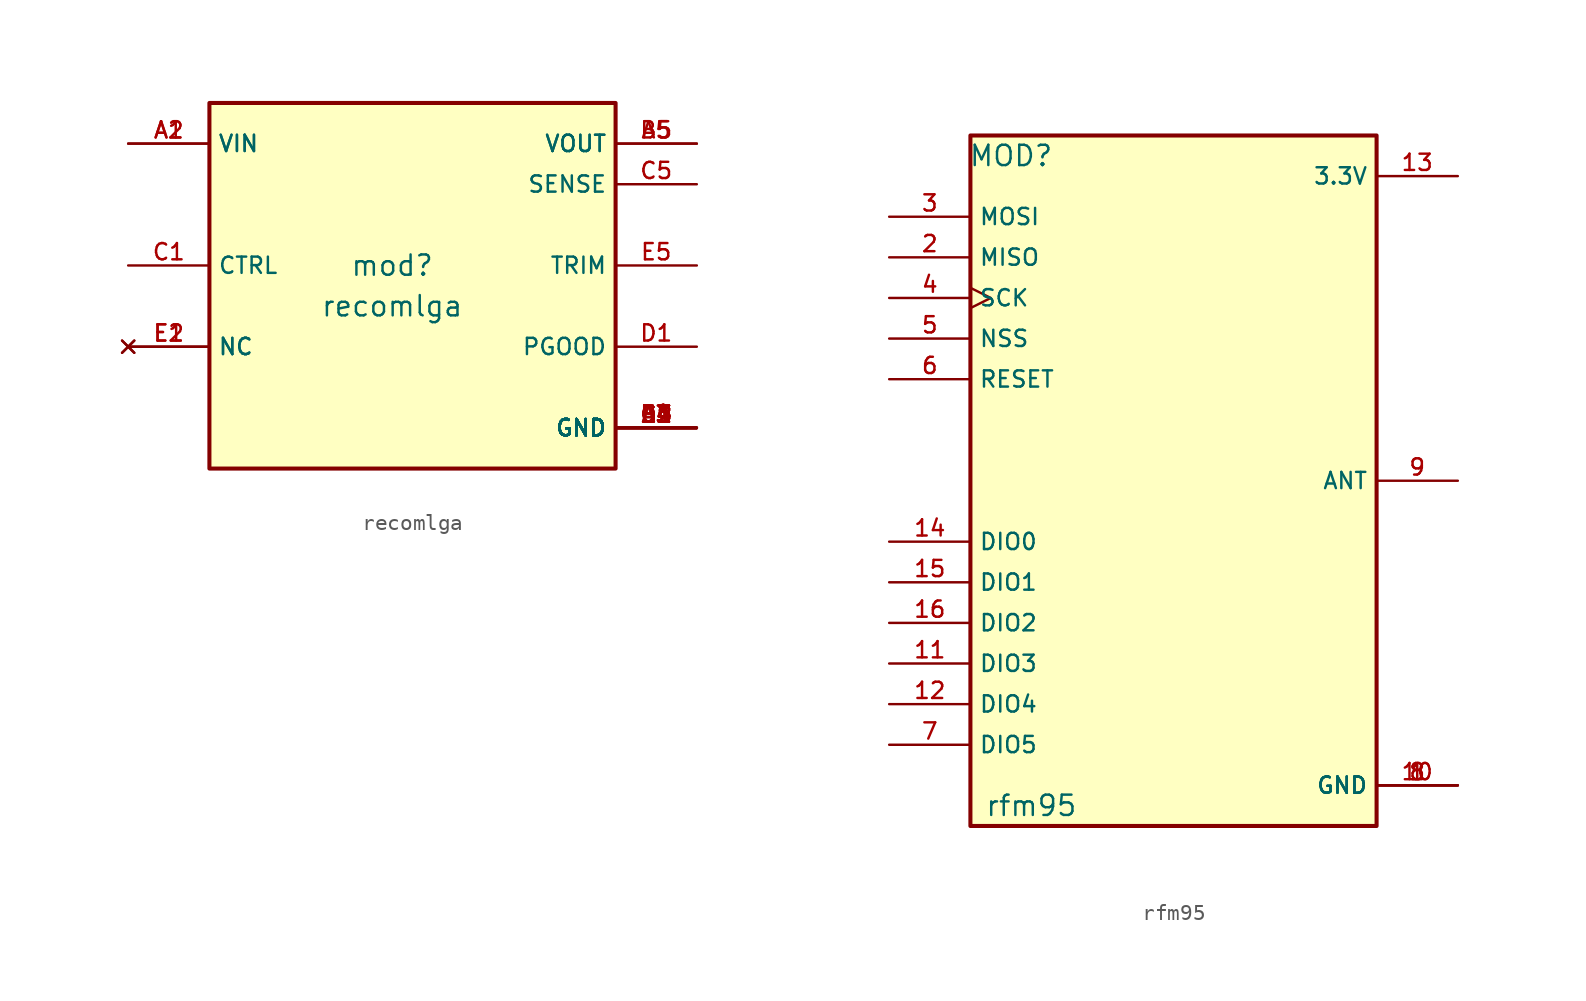
<source format=kicad_sym>
(kicad_symbol_lib
  (version 20201005)
  (generator kicad_symbol_editor)
  (symbol "modulles:recomlga"
    (property "Reference" "mod"
      (at 0 0 0)
      (effects (font (size 1.27 1.27))))
    (property "Value" "recomlga"
      (at 0 -2.54 0)
      (effects (font (size 1.27 1.27))))
    (symbol "recomlga_0_0"
      (rectangle (start -11.43 -12.7) (end 13.97 10.16) (stroke (width 0.254)) (fill (type background)))
      (pin input line (at -16.51 7.62 0) (length 5.08) (name "VIN" (effects (font (size 1.016 1.016)))) (number "A1" (effects (font (size 1.016 1.016)))))
      (pin input line (at -16.51 7.62 0) (length 5.08) (name "VIN" (effects (font (size 1.016 1.016)))) (number "A2" (effects (font (size 1.016 1.016)))))
      (pin power_in line (at 19.05 -10.16 180) (length 5.08) (name "GND" (effects (font (size 1.016 1.016)))) (number "A3" (effects (font (size 1.016 1.016)))))
      (pin power_in line (at 19.05 -10.16 180) (length 5.08) (name "GND" (effects (font (size 1.016 1.016)))) (number "A4" (effects (font (size 1.016 1.016)))))
      (pin output line (at 19.05 7.62 180) (length 5.08) (name "VOUT" (effects (font (size 1.016 1.016)))) (number "A5" (effects (font (size 1.016 1.016)))))
      (pin power_in line (at 19.05 -10.16 180) (length 5.08) (name "GND" (effects (font (size 1.016 1.016)))) (number "B1" (effects (font (size 1.016 1.016)))))
      (pin power_in line (at 19.05 -10.16 180) (length 5.08) (name "GND" (effects (font (size 1.016 1.016)))) (number "B2" (effects (font (size 1.016 1.016)))))
      (pin power_in line (at 19.05 -10.16 180) (length 5.08) (name "GND" (effects (font (size 1.016 1.016)))) (number "B3" (effects (font (size 1.016 1.016)))))
      (pin power_in line (at 19.05 -10.16 180) (length 5.08) (name "GND" (effects (font (size 1.016 1.016)))) (number "B4" (effects (font (size 1.016 1.016)))))
      (pin output line (at 19.05 7.62 180) (length 5.08) (name "VOUT" (effects (font (size 1.016 1.016)))) (number "B5" (effects (font (size 1.016 1.016)))))
      (pin input line (at -16.51 0 0) (length 5.08) (name "CTRL" (effects (font (size 1.016 1.016)))) (number "C1" (effects (font (size 1.016 1.016)))))
      (pin power_in line (at 19.05 -10.16 180) (length 5.08) (name "GND" (effects (font (size 1.016 1.016)))) (number "C2" (effects (font (size 1.016 1.016)))))
      (pin power_in line (at 19.05 -10.16 180) (length 5.08) (name "GND" (effects (font (size 1.016 1.016)))) (number "C3" (effects (font (size 1.016 1.016)))))
      (pin power_in line (at 19.05 -10.16 180) (length 5.08) (name "GND" (effects (font (size 1.016 1.016)))) (number "C4" (effects (font (size 1.016 1.016)))))
      (pin input line (at 19.05 5.08 180) (length 5.08) (name "SENSE" (effects (font (size 1.016 1.016)))) (number "C5" (effects (font (size 1.016 1.016)))))
      (pin output line (at 19.05 -5.08 180) (length 5.08) (name "PGOOD" (effects (font (size 1.016 1.016)))) (number "D1" (effects (font (size 1.016 1.016)))))
      (pin power_in line (at 19.05 -10.16 180) (length 5.08) (name "GND" (effects (font (size 1.016 1.016)))) (number "D2" (effects (font (size 1.016 1.016)))))
      (pin power_in line (at 19.05 -10.16 180) (length 5.08) (name "GND" (effects (font (size 1.016 1.016)))) (number "D3" (effects (font (size 1.016 1.016)))))
      (pin power_in line (at 19.05 -10.16 180) (length 5.08) (name "GND" (effects (font (size 1.016 1.016)))) (number "D4" (effects (font (size 1.016 1.016)))))
      (pin power_in line (at 19.05 -10.16 180) (length 5.08) (name "GND" (effects (font (size 1.016 1.016)))) (number "D5" (effects (font (size 1.016 1.016)))))
      (pin no_connect line (at -16.51 -5.08 0) (length 5.08) (name "NC" (effects (font (size 1.016 1.016)))) (number "E1" (effects (font (size 1.016 1.016)))))
      (pin no_connect line (at -16.51 -5.08 0) (length 5.08) (name "NC" (effects (font (size 1.016 1.016)))) (number "E2" (effects (font (size 1.016 1.016)))))
      (pin power_in line (at 19.05 -10.16 180) (length 5.08) (name "GND" (effects (font (size 1.016 1.016)))) (number "E3" (effects (font (size 1.016 1.016)))))
      (pin power_in line (at 19.05 -10.16 180) (length 5.08) (name "GND" (effects (font (size 1.016 1.016)))) (number "E4" (effects (font (size 1.016 1.016)))))
      (pin passive line (at 19.05 0 180) (length 5.08) (name "TRIM" (effects (font (size 1.016 1.016)))) (number "E5" (effects (font (size 1.016 1.016)))))))
  (symbol "modulles:rfm95"
    (property "Reference" "MOD"
      (at -12.7 20.32 0)
      (effects (font (size 1.27 1.27))))
    (property "Value" "rfm95"
      (at -11.43 -20.32 0)
      (effects (font (size 1.27 1.27))))
    (symbol "rfm95_0_0"
      (rectangle (start -15.24 -21.59) (end 10.16 21.59) (stroke (width 0.254)) (fill (type background)))
      (pin power_in line (at 15.24 -19.05 180) (length 5.08) (name "GND" (effects (font (size 1.016 1.016)))) (number "1" (effects (font (size 1.016 1.016)))))
      (pin power_in line (at 15.24 -19.05 180) (length 5.08) (name "GND" (effects (font (size 1.016 1.016)))) (number "10" (effects (font (size 1.016 1.016)))))
      (pin bidirectional line (at -20.32 -11.43 0) (length 5.08) (name "DIO3" (effects (font (size 1.016 1.016)))) (number "11" (effects (font (size 1.016 1.016)))))
      (pin bidirectional line (at -20.32 -13.97 0) (length 5.08) (name "DIO4" (effects (font (size 1.016 1.016)))) (number "12" (effects (font (size 1.016 1.016)))))
      (pin power_in line (at 15.24 19.05 180) (length 5.08) (name "3.3V" (effects (font (size 1.016 1.016)))) (number "13" (effects (font (size 1.016 1.016)))))
      (pin bidirectional line (at -20.32 -3.81 0) (length 5.08) (name "DIO0" (effects (font (size 1.016 1.016)))) (number "14" (effects (font (size 1.016 1.016)))))
      (pin bidirectional line (at -20.32 -6.35 0) (length 5.08) (name "DIO1" (effects (font (size 1.016 1.016)))) (number "15" (effects (font (size 1.016 1.016)))))
      (pin bidirectional line (at -20.32 -8.89 0) (length 5.08) (name "DIO2" (effects (font (size 1.016 1.016)))) (number "16" (effects (font (size 1.016 1.016)))))
      (pin input line (at -20.32 13.97 0) (length 5.08) (name "MISO" (effects (font (size 1.016 1.016)))) (number "2" (effects (font (size 1.016 1.016)))))
      (pin output line (at -20.32 16.51 0) (length 5.08) (name "MOSI" (effects (font (size 1.016 1.016)))) (number "3" (effects (font (size 1.016 1.016)))))
      (pin input clock (at -20.32 11.43 0) (length 5.08) (name "SCK" (effects (font (size 1.016 1.016)))) (number "4" (effects (font (size 1.016 1.016)))))
      (pin input line (at -20.32 8.89 0) (length 5.08) (name "NSS" (effects (font (size 1.016 1.016)))) (number "5" (effects (font (size 1.016 1.016)))))
      (pin bidirectional line (at -20.32 6.35 0) (length 5.08) (name "RESET" (effects (font (size 1.016 1.016)))) (number "6" (effects (font (size 1.016 1.016)))))
      (pin bidirectional line (at -20.32 -16.51 0) (length 5.08) (name "DIO5" (effects (font (size 1.016 1.016)))) (number "7" (effects (font (size 1.016 1.016)))))
      (pin power_in line (at 15.24 -19.05 180) (length 5.08) (name "GND" (effects (font (size 1.016 1.016)))) (number "8" (effects (font (size 1.016 1.016)))))
      (pin bidirectional line (at 15.24 0 180) (length 5.08) (name "ANT" (effects (font (size 1.016 1.016)))) (number "9" (effects (font (size 1.016 1.016))))))))
</source>
